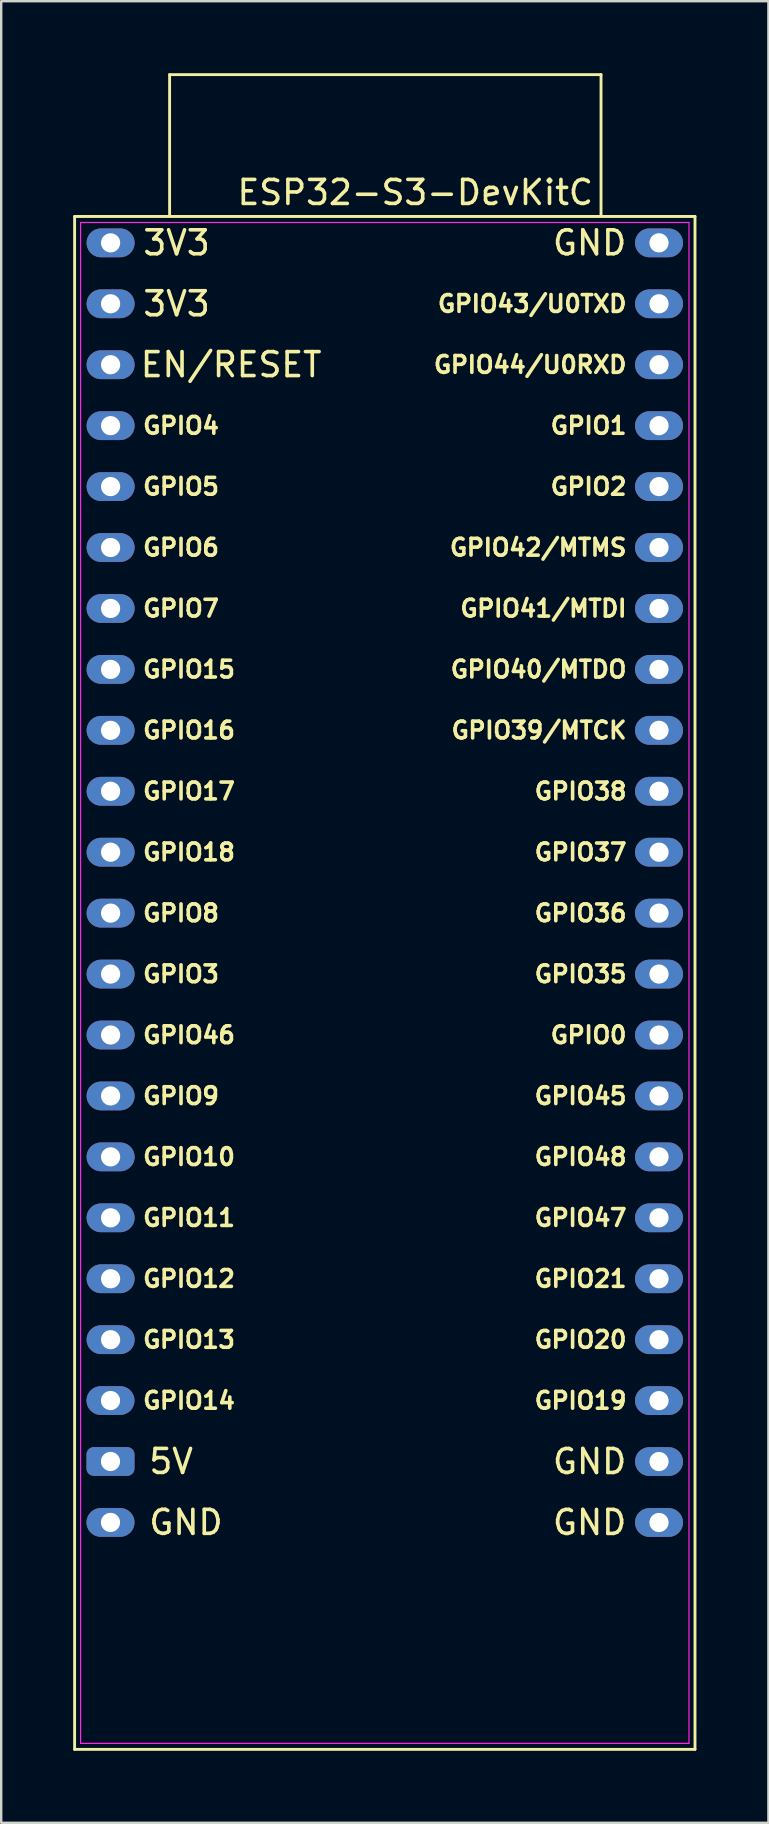
<source format=kicad_pcb>
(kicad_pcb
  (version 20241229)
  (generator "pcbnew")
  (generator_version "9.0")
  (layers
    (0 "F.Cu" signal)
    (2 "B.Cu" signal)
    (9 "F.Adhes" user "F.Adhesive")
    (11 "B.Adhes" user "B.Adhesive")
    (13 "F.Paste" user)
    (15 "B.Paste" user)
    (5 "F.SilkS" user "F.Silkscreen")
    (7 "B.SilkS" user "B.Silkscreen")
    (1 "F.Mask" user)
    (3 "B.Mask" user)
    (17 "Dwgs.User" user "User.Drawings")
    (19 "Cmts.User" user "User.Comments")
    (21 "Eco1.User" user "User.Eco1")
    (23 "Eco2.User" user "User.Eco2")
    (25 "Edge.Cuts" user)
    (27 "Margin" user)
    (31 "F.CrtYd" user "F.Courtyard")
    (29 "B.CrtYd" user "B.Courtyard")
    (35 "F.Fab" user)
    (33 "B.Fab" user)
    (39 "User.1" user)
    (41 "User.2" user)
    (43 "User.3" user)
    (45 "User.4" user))
  (footprint "ESP32-S3-DevKitC"
    (layer "F.Cu")
    (at 1.556 7.07)
    (property "Reference" "ESP32-S3-DevKitC" (at 12.704 -2.097 0) (layer "F.SilkS") (effects (font (size 1 1) (thickness 0.15))))
    (attr through_hole)
    (fp_line (start -1.496 62.8) (end 24.364 62.8) (stroke (width 0.12) (type solid)) (layer "F.SilkS"))
    (fp_line (start -1.496 -1.097) (end -1.496 62.8) (stroke (width 0.12) (type solid)) (layer "F.SilkS"))
    (fp_line (start 2.464 -7.01) (end 20.447 -7.01) (stroke (width 0.12) (type solid)) (layer "F.SilkS"))
    (fp_line (start 2.464 -1.118) (end 2.464 -7.01) (stroke (width 0.12) (type solid)) (layer "F.SilkS"))
    (fp_line (start 20.447 -7.01) (end 20.447 -1.118) (stroke (width 0.12) (type solid)) (layer "F.SilkS"))
    (fp_line (start 24.364 62.8) (end 24.364 -1.097) (stroke (width 0.12) (type solid)) (layer "F.SilkS"))
    (fp_line (start 24.364 -1.097) (end -1.496 -1.097) (stroke (width 0.12) (type solid)) (layer "F.SilkS"))
    (fp_line (start -1.246 -0.847) (end 24.114 -0.847) (stroke (width 0.05) (type solid)) (layer "F.CrtYd"))
    (fp_line (start -1.246 62.55) (end -1.246 -0.847) (stroke (width 0.05) (type solid)) (layer "F.CrtYd"))
    (fp_line (start 24.114 -0.847) (end 24.114 62.55) (stroke (width 0.05) (type solid)) (layer "F.CrtYd"))
    (fp_line (start 24.114 62.55) (end -1.246 62.55) (stroke (width 0.05) (type solid)) (layer "F.CrtYd"))
    (fp_text user "GPIO36" (at 21.594 27.943 0) (unlocked yes) (layer "F.SilkS") (effects (font (size 0.7 0.7) (thickness 0.15)) (justify right)))
    (fp_text user "3V3" (at 1.274 0.003 0) (unlocked yes) (layer "F.SilkS") (effects (font (size 1 1) (thickness 0.15)) (justify left)))
    (fp_text user "GPIO38" (at 21.594 22.863 0) (unlocked yes) (layer "F.SilkS") (effects (font (size 0.7 0.7) (thickness 0.15)) (justify right)))
    (fp_text user "GPIO13" (at 1.274 45.723 0) (unlocked yes) (layer "F.SilkS") (effects (font (size 0.7 0.7) (thickness 0.15)) (justify left)))
    (fp_text user "GPIO3" (at 1.274 30.483 0) (unlocked yes) (layer "F.SilkS") (effects (font (size 0.7 0.7) (thickness 0.15)) (justify left)))
    (fp_text user "GPIO9" (at 1.274 35.563 0) (unlocked yes) (layer "F.SilkS") (effects (font (size 0.7 0.7) (thickness 0.15)) (justify left)))
    (fp_text user "GPIO15" (at 1.274 17.783 0) (unlocked yes) (layer "F.SilkS") (effects (font (size 0.7 0.7) (thickness 0.15)) (justify left)))
    (fp_text user "GPIO44/U0RXD" (at 21.594 5.083 0) (unlocked yes) (layer "F.SilkS") (effects (font (size 0.7 0.7) (thickness 0.15)) (justify right)))
    (fp_text user "GPIO45" (at 21.594 35.563 0) (unlocked yes) (layer "F.SilkS") (effects (font (size 0.7 0.7) (thickness 0.15)) (justify right)))
    (fp_text user "GPIO5" (at 1.274 10.163 0) (unlocked yes) (layer "F.SilkS") (effects (font (size 0.7 0.7) (thickness 0.15)) (justify left)))
    (fp_text user "GPIO4" (at 1.274 7.623 0) (unlocked yes) (layer "F.SilkS") (effects (font (size 0.7 0.7) (thickness 0.15)) (justify left)))
    (fp_text user "GPIO14" (at 1.274 48.263 0) (unlocked yes) (layer "F.SilkS") (effects (font (size 0.7 0.7) (thickness 0.15)) (justify left)))
    (fp_text user "GPIO10" (at 1.274 38.103 0) (unlocked yes) (layer "F.SilkS") (effects (font (size 0.7 0.7) (thickness 0.15)) (justify left)))
    (fp_text user "GPIO19" (at 21.594 48.263 0) (unlocked yes) (layer "F.SilkS") (effects (font (size 0.7 0.7) (thickness 0.15)) (justify right)))
    (fp_text user "GPIO16" (at 1.274 20.323 0) (unlocked yes) (layer "F.SilkS") (effects (font (size 0.7 0.7) (thickness 0.15)) (justify left)))
    (fp_text user "GPIO1" (at 21.594 7.623 0) (unlocked yes) (layer "F.SilkS") (effects (font (size 0.7 0.7) (thickness 0.15)) (justify right)))
    (fp_text user "GPIO18" (at 1.274 25.403 0) (unlocked yes) (layer "F.SilkS") (effects (font (size 0.7 0.7) (thickness 0.15)) (justify left)))
    (fp_text user "GND" (at 21.594 53.343 0) (unlocked yes) (layer "F.SilkS") (effects (font (size 1 1) (thickness 0.15)) (justify right)))
    (fp_text user "GPIO17" (at 1.274 22.863 0) (unlocked yes) (layer "F.SilkS") (effects (font (size 0.7 0.7) (thickness 0.15)) (justify left)))
    (fp_text user "GPIO35" (at 21.594 30.483 0) (unlocked yes) (layer "F.SilkS") (effects (font (size 0.7 0.7) (thickness 0.15)) (justify right)))
    (fp_text user "GPIO11" (at 1.274 40.643 0) (unlocked yes) (layer "F.SilkS") (effects (font (size 0.7 0.7) (thickness 0.15)) (justify left)))
    (fp_text user "GPIO8" (at 1.274 27.943 0) (unlocked yes) (layer "F.SilkS") (effects (font (size 0.7 0.7) (thickness 0.15)) (justify left)))
    (fp_text user "GPIO6" (at 1.274 12.703 0) (unlocked yes) (layer "F.SilkS") (effects (font (size 0.7 0.7) (thickness 0.15)) (justify left)))
    (fp_text user "3V3" (at 1.274 2.543 0) (unlocked yes) (layer "F.SilkS") (effects (font (size 1 1) (thickness 0.15)) (justify left)))
    (fp_text user "GPIO48" (at 21.594 38.103 0) (unlocked yes) (layer "F.SilkS") (effects (font (size 0.7 0.7) (thickness 0.15)) (justify right)))
    (fp_text user "GPIO20" (at 21.594 45.723 0) (unlocked yes) (layer "F.SilkS") (effects (font (size 0.7 0.7) (thickness 0.15)) (justify right)))
    (fp_text user "EN/RESET" (at 8.89 5.08 0) (unlocked yes) (layer "F.SilkS") (effects (font (size 1 1) (thickness 0.15)) (justify right)))
    (fp_text user "GPIO46" (at 1.274 33.023 0) (unlocked yes) (layer "F.SilkS") (effects (font (size 0.7 0.7) (thickness 0.15)) (justify left)))
    (fp_text user "GPIO47" (at 21.594 40.643 0) (unlocked yes) (layer "F.SilkS") (effects (font (size 0.7 0.7) (thickness 0.15)) (justify right)))
    (fp_text user "GPIO39/MTCK" (at 21.594 20.323 0) (unlocked yes) (layer "F.SilkS") (effects (font (size 0.7 0.7) (thickness 0.15)) (justify right)))
    (fp_text user "5V" (at 1.524 50.8 0) (unlocked yes) (layer "F.SilkS") (effects (font (size 1 1) (thickness 0.15)) (justify left)))
    (fp_text user "GPIO12" (at 1.274 43.183 0) (unlocked yes) (layer "F.SilkS") (effects (font (size 0.7 0.7) (thickness 0.15)) (justify left)))
    (fp_text user "GND" (at 1.524 53.34 0) (unlocked yes) (layer "F.SilkS") (effects (font (size 1 1) (thickness 0.15)) (justify left)))
    (fp_text user "GPIO43/U0TXD" (at 21.594 2.543 0) (unlocked yes) (layer "F.SilkS") (effects (font (size 0.7 0.7) (thickness 0.15)) (justify right)))
    (fp_text user "GND" (at 21.594 50.803 0) (unlocked yes) (layer "F.SilkS") (effects (font (size 1 1) (thickness 0.15)) (justify right)))
    (fp_text user "GPIO7" (at 1.274 15.243 0) (unlocked yes) (layer "F.SilkS") (effects (font (size 0.7 0.7) (thickness 0.15)) (justify left)))
    (fp_text user "GND" (at 21.594 0.003 0) (unlocked yes) (layer "F.SilkS") (effects (font (size 1 1) (thickness 0.15)) (justify right)))
    (fp_text user "GPIO37" (at 21.594 25.403 0) (unlocked yes) (layer "F.SilkS") (effects (font (size 0.7 0.7) (thickness 0.15)) (justify right)))
    (fp_text user "GPIO0" (at 21.594 33.023 0) (unlocked yes) (layer "F.SilkS") (effects (font (size 0.7 0.7) (thickness 0.15)) (justify right)))
    (fp_text user "GPIO41/MTDI" (at 21.594 15.243 0) (unlocked yes) (layer "F.SilkS") (effects (font (size 0.7 0.7) (thickness 0.15)) (justify right)))
    (fp_text user "GPIO21" (at 21.594 43.183 0) (unlocked yes) (layer "F.SilkS") (effects (font (size 0.7 0.7) (thickness 0.15)) (justify right)))
    (fp_text user "GPIO40/MTDO" (at 21.594 17.783 0) (unlocked yes) (layer "F.SilkS") (effects (font (size 0.7 0.7) (thickness 0.15)) (justify right)))
    (fp_text user "GPIO42/MTMS" (at 21.594 12.703 0) (unlocked yes) (layer "F.SilkS") (effects (font (size 0.7 0.7) (thickness 0.15)) (justify right)))
    (fp_text user "GPIO2" (at 21.594 10.163 0) (unlocked yes) (layer "F.SilkS") (effects (font (size 0.7 0.7) (thickness 0.15)) (justify right)))
    (pad "1" thru_hole oval (at 0.004 0.003 270) (size 1.2 2) (drill 0.8) (layers "*.Cu" "*.Mask"))
    (pad "2" thru_hole oval (at 0.004 2.543 270) (size 1.2 2) (drill 0.8) (layers "*.Cu" "*.Mask"))
    (pad "3" thru_hole oval (at 0.004 5.083 270) (size 1.2 2) (drill 0.8) (layers "*.Cu" "*.Mask"))
    (pad "4" thru_hole oval (at 0.004 7.623 270) (size 1.2 2) (drill 0.8) (layers "*.Cu" "*.Mask"))
    (pad "5" thru_hole oval (at 0.004 10.163 270) (size 1.2 2) (drill 0.8) (layers "*.Cu" "*.Mask"))
    (pad "6" thru_hole oval (at 0.004 12.703 270) (size 1.2 2) (drill 0.8) (layers "*.Cu" "*.Mask"))
    (pad "7" thru_hole oval (at 0.004 15.243 270) (size 1.2 2) (drill 0.8) (layers "*.Cu" "*.Mask"))
    (pad "8" thru_hole oval (at 0.004 17.783 270) (size 1.2 2) (drill 0.8) (layers "*.Cu" "*.Mask"))
    (pad "9" thru_hole oval (at 0.004 20.323 270) (size 1.2 2) (drill 0.8) (layers "*.Cu" "*.Mask"))
    (pad "10" thru_hole oval (at 0.004 22.863 270) (size 1.2 2) (drill 0.8) (layers "*.Cu" "*.Mask"))
    (pad "11" thru_hole oval (at 0.004 25.403 270) (size 1.2 2) (drill 0.8) (layers "*.Cu" "*.Mask"))
    (pad "12" thru_hole oval (at 0.004 27.943 270) (size 1.2 2) (drill 0.8) (layers "*.Cu" "*.Mask"))
    (pad "13" thru_hole oval (at 0.004 30.483 270) (size 1.2 2) (drill 0.8) (layers "*.Cu" "*.Mask"))
    (pad "14" thru_hole oval (at 0.004 33.023 270) (size 1.2 2) (drill 0.8) (layers "*.Cu" "*.Mask"))
    (pad "15" thru_hole oval (at 0.004 35.563 270) (size 1.2 2) (drill 0.8) (layers "*.Cu" "*.Mask"))
    (pad "16" thru_hole oval (at 0.004 38.103 270) (size 1.2 2) (drill 0.8) (layers "*.Cu" "*.Mask"))
    (pad "17" thru_hole oval (at 0.004 40.643 270) (size 1.2 2) (drill 0.8) (layers "*.Cu" "*.Mask"))
    (pad "18" thru_hole oval (at 0.004 43.183 270) (size 1.2 2) (drill 0.8) (layers "*.Cu" "*.Mask"))
    (pad "19" thru_hole oval (at 0.004 45.723 270) (size 1.2 2) (drill 0.8) (layers "*.Cu" "*.Mask"))
    (pad "20" thru_hole oval (at 0 48.26 270) (size 1.2 2) (drill 0.8) (layers "*.Cu" "*.Mask"))
    (pad "21" thru_hole roundrect (at 0 50.8 270) (size 1.2 2) (drill 0.8) (layers "*.Cu" "*.Mask") (roundrect_rratio 0.25))
    (pad "22" thru_hole oval (at 0 53.34 270) (size 1.2 2) (drill 0.8) (layers "*.Cu" "*.Mask"))
    (pad "23" thru_hole oval (at 22.864 53.343 270) (size 1.2 2) (drill 0.8) (layers "*.Cu" "*.Mask"))
    (pad "24" thru_hole oval (at 22.864 50.803 270) (size 1.2 2) (drill 0.8) (layers "*.Cu" "*.Mask"))
    (pad "25" thru_hole oval (at 22.864 48.263 270) (size 1.2 2) (drill 0.8) (layers "*.Cu" "*.Mask"))
    (pad "26" thru_hole oval (at 22.864 45.723 270) (size 1.2 2) (drill 0.8) (layers "*.Cu" "*.Mask"))
    (pad "27" thru_hole oval (at 22.864 43.183 270) (size 1.2 2) (drill 0.8) (layers "*.Cu" "*.Mask"))
    (pad "28" thru_hole oval (at 22.864 40.643 270) (size 1.2 2) (drill 0.8) (layers "*.Cu" "*.Mask"))
    (pad "29" thru_hole oval (at 22.864 38.103 270) (size 1.2 2) (drill 0.8) (layers "*.Cu" "*.Mask"))
    (pad "30" thru_hole oval (at 22.864 35.563 270) (size 1.2 2) (drill 0.8) (layers "*.Cu" "*.Mask"))
    (pad "31" thru_hole oval (at 22.864 33.023 270) (size 1.2 2) (drill 0.8) (layers "*.Cu" "*.Mask"))
    (pad "32" thru_hole oval (at 22.864 30.483 270) (size 1.2 2) (drill 0.8) (layers "*.Cu" "*.Mask"))
    (pad "33" thru_hole oval (at 22.864 27.943 270) (size 1.2 2) (drill 0.8) (layers "*.Cu" "*.Mask"))
    (pad "34" thru_hole oval (at 22.864 25.403 270) (size 1.2 2) (drill 0.8) (layers "*.Cu" "*.Mask"))
    (pad "35" thru_hole oval (at 22.864 22.863 270) (size 1.2 2) (drill 0.8) (layers "*.Cu" "*.Mask"))
    (pad "36" thru_hole oval (at 22.864 20.323 270) (size 1.2 2) (drill 0.8) (layers "*.Cu" "*.Mask"))
    (pad "37" thru_hole oval (at 22.864 17.783 270) (size 1.2 2) (drill 0.8) (layers "*.Cu" "*.Mask"))
    (pad "38" thru_hole oval (at 22.864 15.243 270) (size 1.2 2) (drill 0.8) (layers "*.Cu" "*.Mask"))
    (pad "39" thru_hole oval (at 22.864 12.703 270) (size 1.2 2) (drill 0.8) (layers "*.Cu" "*.Mask"))
    (pad "40" thru_hole oval (at 22.864 10.163 270) (size 1.2 2) (drill 0.8) (layers "*.Cu" "*.Mask"))
    (pad "41" thru_hole oval (at 22.864 7.623 270) (size 1.2 2) (drill 0.8) (layers "*.Cu" "*.Mask"))
    (pad "42" thru_hole oval (at 22.864 5.083 270) (size 1.2 2) (drill 0.8) (layers "*.Cu" "*.Mask"))
    (pad "43" thru_hole oval (at 22.864 2.543 270) (size 1.2 2) (drill 0.8) (layers "*.Cu" "*.Mask"))
    (pad "44" thru_hole oval (at 22.864 0.003 270) (size 1.2 2) (drill 0.8) (layers "*.Cu" "*.Mask")))
  (gr_rect
    (start -3 -3)
    (end 28.98 72.93)
    (stroke (width 0.1) (type default))
    (fill no)
    (layer "Edge.Cuts")))
</source>
